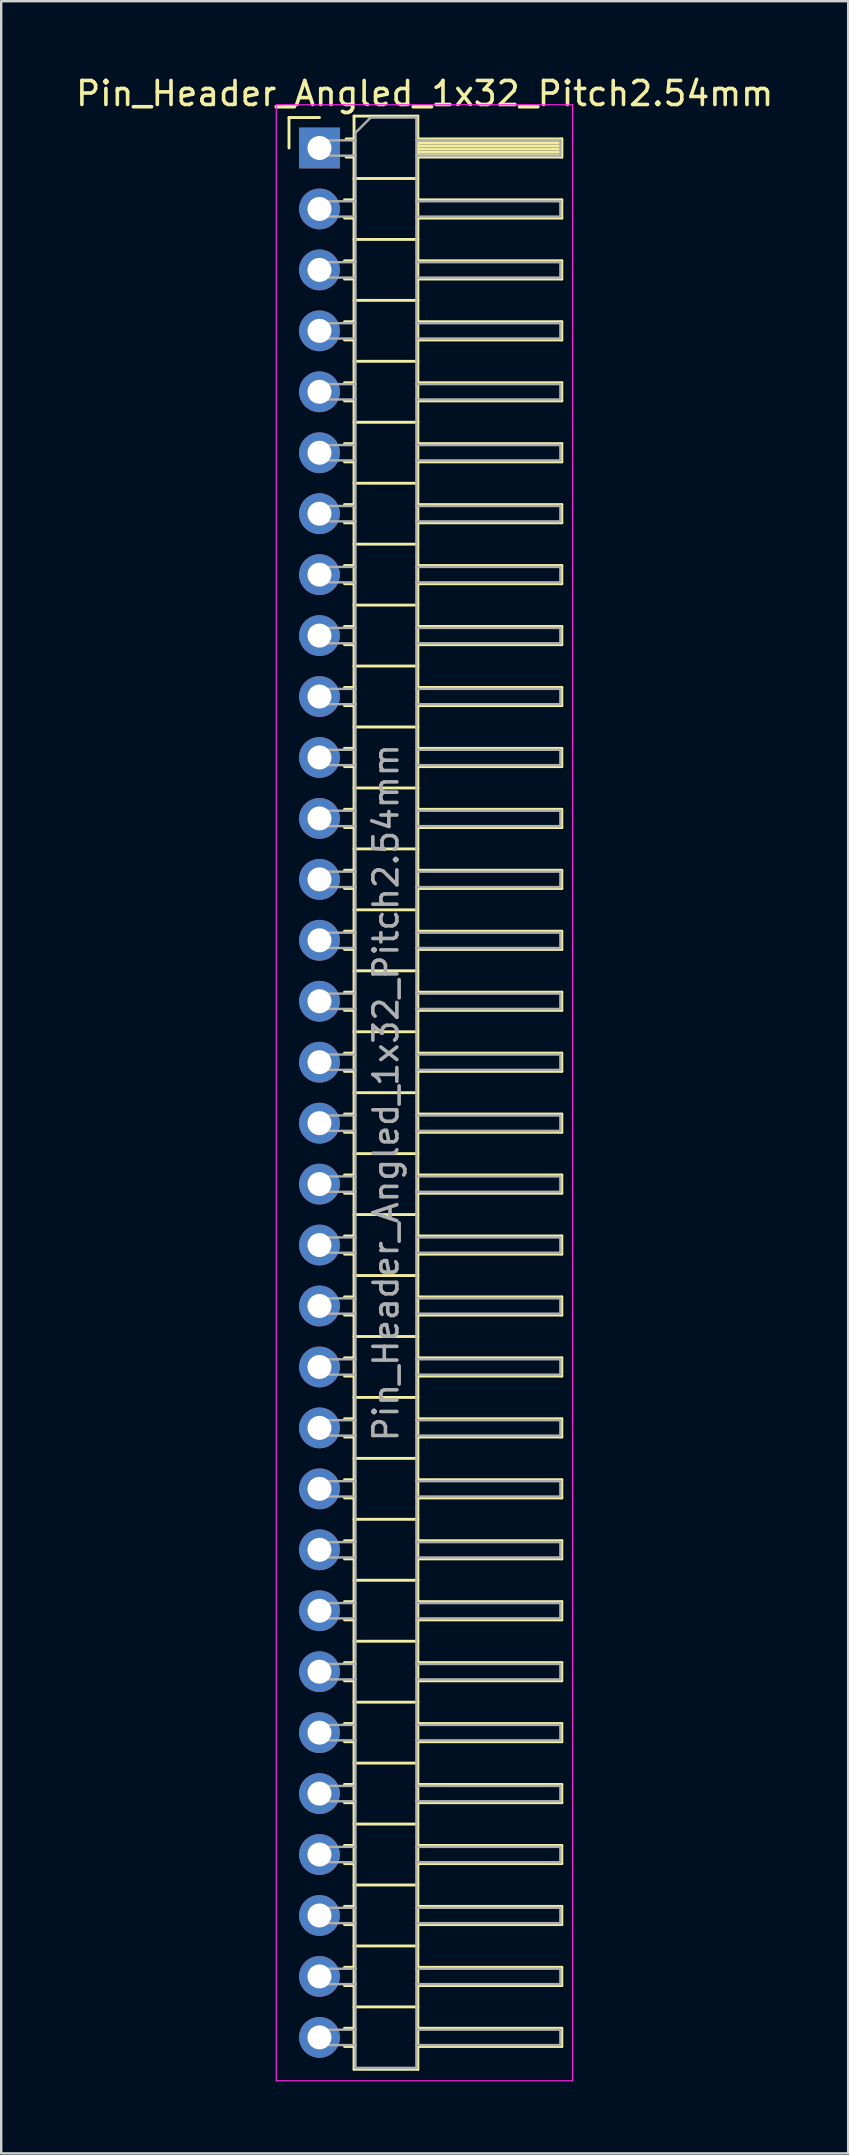
<source format=kicad_pcb>
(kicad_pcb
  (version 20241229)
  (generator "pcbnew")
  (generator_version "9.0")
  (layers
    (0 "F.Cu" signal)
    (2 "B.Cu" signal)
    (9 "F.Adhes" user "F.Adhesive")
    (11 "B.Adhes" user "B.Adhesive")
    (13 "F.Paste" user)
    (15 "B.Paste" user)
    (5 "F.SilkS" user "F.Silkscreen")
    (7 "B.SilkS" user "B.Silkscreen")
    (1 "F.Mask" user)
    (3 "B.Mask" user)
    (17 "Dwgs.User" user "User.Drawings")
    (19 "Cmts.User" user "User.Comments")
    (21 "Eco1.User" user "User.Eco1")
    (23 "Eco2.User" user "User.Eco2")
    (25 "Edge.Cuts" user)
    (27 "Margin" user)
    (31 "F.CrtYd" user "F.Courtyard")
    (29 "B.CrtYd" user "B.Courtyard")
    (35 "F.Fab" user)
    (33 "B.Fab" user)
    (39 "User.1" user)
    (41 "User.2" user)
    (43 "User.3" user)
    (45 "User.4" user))
  (footprint "Pin_Header_Angled_1x32_Pitch2.54mm"
    (layer "F.Cu")
    (at 10.264 3.118)
    (property "Reference" "Pin_Header_Angled_1x32_Pitch2.54mm" (at 4.385 -2.27 0) (layer "F.SilkS") (effects (font (size 1 1) (thickness 0.15))))
    (attr through_hole)
    (fp_line (start -1.27 -1.27) (end 0 -1.27) (stroke (width 0.12) (type solid)) (layer "F.SilkS"))
    (fp_line (start -1.27 0) (end -1.27 -1.27) (stroke (width 0.12) (type solid)) (layer "F.SilkS"))
    (fp_line (start 1.043 2.16) (end 1.44 2.16) (stroke (width 0.12) (type solid)) (layer "F.SilkS"))
    (fp_line (start 1.043 2.92) (end 1.44 2.92) (stroke (width 0.12) (type solid)) (layer "F.SilkS"))
    (fp_line (start 1.043 4.7) (end 1.44 4.7) (stroke (width 0.12) (type solid)) (layer "F.SilkS"))
    (fp_line (start 1.043 5.46) (end 1.44 5.46) (stroke (width 0.12) (type solid)) (layer "F.SilkS"))
    (fp_line (start 1.043 7.24) (end 1.44 7.24) (stroke (width 0.12) (type solid)) (layer "F.SilkS"))
    (fp_line (start 1.043 8) (end 1.44 8) (stroke (width 0.12) (type solid)) (layer "F.SilkS"))
    (fp_line (start 1.043 9.78) (end 1.44 9.78) (stroke (width 0.12) (type solid)) (layer "F.SilkS"))
    (fp_line (start 1.043 10.54) (end 1.44 10.54) (stroke (width 0.12) (type solid)) (layer "F.SilkS"))
    (fp_line (start 1.043 12.32) (end 1.44 12.32) (stroke (width 0.12) (type solid)) (layer "F.SilkS"))
    (fp_line (start 1.043 13.08) (end 1.44 13.08) (stroke (width 0.12) (type solid)) (layer "F.SilkS"))
    (fp_line (start 1.043 14.86) (end 1.44 14.86) (stroke (width 0.12) (type solid)) (layer "F.SilkS"))
    (fp_line (start 1.043 15.62) (end 1.44 15.62) (stroke (width 0.12) (type solid)) (layer "F.SilkS"))
    (fp_line (start 1.043 17.4) (end 1.44 17.4) (stroke (width 0.12) (type solid)) (layer "F.SilkS"))
    (fp_line (start 1.043 18.16) (end 1.44 18.16) (stroke (width 0.12) (type solid)) (layer "F.SilkS"))
    (fp_line (start 1.043 19.94) (end 1.44 19.94) (stroke (width 0.12) (type solid)) (layer "F.SilkS"))
    (fp_line (start 1.043 20.7) (end 1.44 20.7) (stroke (width 0.12) (type solid)) (layer "F.SilkS"))
    (fp_line (start 1.043 22.48) (end 1.44 22.48) (stroke (width 0.12) (type solid)) (layer "F.SilkS"))
    (fp_line (start 1.043 23.24) (end 1.44 23.24) (stroke (width 0.12) (type solid)) (layer "F.SilkS"))
    (fp_line (start 1.043 25.02) (end 1.44 25.02) (stroke (width 0.12) (type solid)) (layer "F.SilkS"))
    (fp_line (start 1.043 25.78) (end 1.44 25.78) (stroke (width 0.12) (type solid)) (layer "F.SilkS"))
    (fp_line (start 1.043 27.56) (end 1.44 27.56) (stroke (width 0.12) (type solid)) (layer "F.SilkS"))
    (fp_line (start 1.043 28.32) (end 1.44 28.32) (stroke (width 0.12) (type solid)) (layer "F.SilkS"))
    (fp_line (start 1.043 30.1) (end 1.44 30.1) (stroke (width 0.12) (type solid)) (layer "F.SilkS"))
    (fp_line (start 1.043 30.86) (end 1.44 30.86) (stroke (width 0.12) (type solid)) (layer "F.SilkS"))
    (fp_line (start 1.043 32.64) (end 1.44 32.64) (stroke (width 0.12) (type solid)) (layer "F.SilkS"))
    (fp_line (start 1.043 33.4) (end 1.44 33.4) (stroke (width 0.12) (type solid)) (layer "F.SilkS"))
    (fp_line (start 1.043 35.18) (end 1.44 35.18) (stroke (width 0.12) (type solid)) (layer "F.SilkS"))
    (fp_line (start 1.043 35.94) (end 1.44 35.94) (stroke (width 0.12) (type solid)) (layer "F.SilkS"))
    (fp_line (start 1.043 37.72) (end 1.44 37.72) (stroke (width 0.12) (type solid)) (layer "F.SilkS"))
    (fp_line (start 1.043 38.48) (end 1.44 38.48) (stroke (width 0.12) (type solid)) (layer "F.SilkS"))
    (fp_line (start 1.043 40.26) (end 1.44 40.26) (stroke (width 0.12) (type solid)) (layer "F.SilkS"))
    (fp_line (start 1.043 41.02) (end 1.44 41.02) (stroke (width 0.12) (type solid)) (layer "F.SilkS"))
    (fp_line (start 1.043 42.8) (end 1.44 42.8) (stroke (width 0.12) (type solid)) (layer "F.SilkS"))
    (fp_line (start 1.043 43.56) (end 1.44 43.56) (stroke (width 0.12) (type solid)) (layer "F.SilkS"))
    (fp_line (start 1.043 45.34) (end 1.44 45.34) (stroke (width 0.12) (type solid)) (layer "F.SilkS"))
    (fp_line (start 1.043 46.1) (end 1.44 46.1) (stroke (width 0.12) (type solid)) (layer "F.SilkS"))
    (fp_line (start 1.043 47.88) (end 1.44 47.88) (stroke (width 0.12) (type solid)) (layer "F.SilkS"))
    (fp_line (start 1.043 48.64) (end 1.44 48.64) (stroke (width 0.12) (type solid)) (layer "F.SilkS"))
    (fp_line (start 1.043 50.42) (end 1.44 50.42) (stroke (width 0.12) (type solid)) (layer "F.SilkS"))
    (fp_line (start 1.043 51.18) (end 1.44 51.18) (stroke (width 0.12) (type solid)) (layer "F.SilkS"))
    (fp_line (start 1.043 52.96) (end 1.44 52.96) (stroke (width 0.12) (type solid)) (layer "F.SilkS"))
    (fp_line (start 1.043 53.72) (end 1.44 53.72) (stroke (width 0.12) (type solid)) (layer "F.SilkS"))
    (fp_line (start 1.043 55.5) (end 1.44 55.5) (stroke (width 0.12) (type solid)) (layer "F.SilkS"))
    (fp_line (start 1.043 56.26) (end 1.44 56.26) (stroke (width 0.12) (type solid)) (layer "F.SilkS"))
    (fp_line (start 1.043 58.04) (end 1.44 58.04) (stroke (width 0.12) (type solid)) (layer "F.SilkS"))
    (fp_line (start 1.043 58.8) (end 1.44 58.8) (stroke (width 0.12) (type solid)) (layer "F.SilkS"))
    (fp_line (start 1.043 60.58) (end 1.44 60.58) (stroke (width 0.12) (type solid)) (layer "F.SilkS"))
    (fp_line (start 1.043 61.34) (end 1.44 61.34) (stroke (width 0.12) (type solid)) (layer "F.SilkS"))
    (fp_line (start 1.043 63.12) (end 1.44 63.12) (stroke (width 0.12) (type solid)) (layer "F.SilkS"))
    (fp_line (start 1.043 63.88) (end 1.44 63.88) (stroke (width 0.12) (type solid)) (layer "F.SilkS"))
    (fp_line (start 1.043 65.66) (end 1.44 65.66) (stroke (width 0.12) (type solid)) (layer "F.SilkS"))
    (fp_line (start 1.043 66.42) (end 1.44 66.42) (stroke (width 0.12) (type solid)) (layer "F.SilkS"))
    (fp_line (start 1.043 68.2) (end 1.44 68.2) (stroke (width 0.12) (type solid)) (layer "F.SilkS"))
    (fp_line (start 1.043 68.96) (end 1.44 68.96) (stroke (width 0.12) (type solid)) (layer "F.SilkS"))
    (fp_line (start 1.043 70.74) (end 1.44 70.74) (stroke (width 0.12) (type solid)) (layer "F.SilkS"))
    (fp_line (start 1.043 71.5) (end 1.44 71.5) (stroke (width 0.12) (type solid)) (layer "F.SilkS"))
    (fp_line (start 1.043 73.28) (end 1.44 73.28) (stroke (width 0.12) (type solid)) (layer "F.SilkS"))
    (fp_line (start 1.043 74.04) (end 1.44 74.04) (stroke (width 0.12) (type solid)) (layer "F.SilkS"))
    (fp_line (start 1.043 75.82) (end 1.44 75.82) (stroke (width 0.12) (type solid)) (layer "F.SilkS"))
    (fp_line (start 1.043 76.58) (end 1.44 76.58) (stroke (width 0.12) (type solid)) (layer "F.SilkS"))
    (fp_line (start 1.043 78.36) (end 1.44 78.36) (stroke (width 0.12) (type solid)) (layer "F.SilkS"))
    (fp_line (start 1.043 79.12) (end 1.44 79.12) (stroke (width 0.12) (type solid)) (layer "F.SilkS"))
    (fp_line (start 1.11 -0.38) (end 1.44 -0.38) (stroke (width 0.12) (type solid)) (layer "F.SilkS"))
    (fp_line (start 1.11 0.38) (end 1.44 0.38) (stroke (width 0.12) (type solid)) (layer "F.SilkS"))
    (fp_line (start 1.44 -1.33) (end 1.44 80.07) (stroke (width 0.12) (type solid)) (layer "F.SilkS"))
    (fp_line (start 1.44 1.27) (end 4.1 1.27) (stroke (width 0.12) (type solid)) (layer "F.SilkS"))
    (fp_line (start 1.44 3.81) (end 4.1 3.81) (stroke (width 0.12) (type solid)) (layer "F.SilkS"))
    (fp_line (start 1.44 6.35) (end 4.1 6.35) (stroke (width 0.12) (type solid)) (layer "F.SilkS"))
    (fp_line (start 1.44 8.89) (end 4.1 8.89) (stroke (width 0.12) (type solid)) (layer "F.SilkS"))
    (fp_line (start 1.44 11.43) (end 4.1 11.43) (stroke (width 0.12) (type solid)) (layer "F.SilkS"))
    (fp_line (start 1.44 13.97) (end 4.1 13.97) (stroke (width 0.12) (type solid)) (layer "F.SilkS"))
    (fp_line (start 1.44 16.51) (end 4.1 16.51) (stroke (width 0.12) (type solid)) (layer "F.SilkS"))
    (fp_line (start 1.44 19.05) (end 4.1 19.05) (stroke (width 0.12) (type solid)) (layer "F.SilkS"))
    (fp_line (start 1.44 21.59) (end 4.1 21.59) (stroke (width 0.12) (type solid)) (layer "F.SilkS"))
    (fp_line (start 1.44 24.13) (end 4.1 24.13) (stroke (width 0.12) (type solid)) (layer "F.SilkS"))
    (fp_line (start 1.44 26.67) (end 4.1 26.67) (stroke (width 0.12) (type solid)) (layer "F.SilkS"))
    (fp_line (start 1.44 29.21) (end 4.1 29.21) (stroke (width 0.12) (type solid)) (layer "F.SilkS"))
    (fp_line (start 1.44 31.75) (end 4.1 31.75) (stroke (width 0.12) (type solid)) (layer "F.SilkS"))
    (fp_line (start 1.44 34.29) (end 4.1 34.29) (stroke (width 0.12) (type solid)) (layer "F.SilkS"))
    (fp_line (start 1.44 36.83) (end 4.1 36.83) (stroke (width 0.12) (type solid)) (layer "F.SilkS"))
    (fp_line (start 1.44 39.37) (end 4.1 39.37) (stroke (width 0.12) (type solid)) (layer "F.SilkS"))
    (fp_line (start 1.44 41.91) (end 4.1 41.91) (stroke (width 0.12) (type solid)) (layer "F.SilkS"))
    (fp_line (start 1.44 44.45) (end 4.1 44.45) (stroke (width 0.12) (type solid)) (layer "F.SilkS"))
    (fp_line (start 1.44 46.99) (end 4.1 46.99) (stroke (width 0.12) (type solid)) (layer "F.SilkS"))
    (fp_line (start 1.44 49.53) (end 4.1 49.53) (stroke (width 0.12) (type solid)) (layer "F.SilkS"))
    (fp_line (start 1.44 52.07) (end 4.1 52.07) (stroke (width 0.12) (type solid)) (layer "F.SilkS"))
    (fp_line (start 1.44 54.61) (end 4.1 54.61) (stroke (width 0.12) (type solid)) (layer "F.SilkS"))
    (fp_line (start 1.44 57.15) (end 4.1 57.15) (stroke (width 0.12) (type solid)) (layer "F.SilkS"))
    (fp_line (start 1.44 59.69) (end 4.1 59.69) (stroke (width 0.12) (type solid)) (layer "F.SilkS"))
    (fp_line (start 1.44 62.23) (end 4.1 62.23) (stroke (width 0.12) (type solid)) (layer "F.SilkS"))
    (fp_line (start 1.44 64.77) (end 4.1 64.77) (stroke (width 0.12) (type solid)) (layer "F.SilkS"))
    (fp_line (start 1.44 67.31) (end 4.1 67.31) (stroke (width 0.12) (type solid)) (layer "F.SilkS"))
    (fp_line (start 1.44 69.85) (end 4.1 69.85) (stroke (width 0.12) (type solid)) (layer "F.SilkS"))
    (fp_line (start 1.44 72.39) (end 4.1 72.39) (stroke (width 0.12) (type solid)) (layer "F.SilkS"))
    (fp_line (start 1.44 74.93) (end 4.1 74.93) (stroke (width 0.12) (type solid)) (layer "F.SilkS"))
    (fp_line (start 1.44 77.47) (end 4.1 77.47) (stroke (width 0.12) (type solid)) (layer "F.SilkS"))
    (fp_line (start 1.44 80.07) (end 4.1 80.07) (stroke (width 0.12) (type solid)) (layer "F.SilkS"))
    (fp_line (start 4.1 -1.33) (end 1.44 -1.33) (stroke (width 0.12) (type solid)) (layer "F.SilkS"))
    (fp_line (start 4.1 -0.38) (end 10.1 -0.38) (stroke (width 0.12) (type solid)) (layer "F.SilkS"))
    (fp_line (start 4.1 -0.32) (end 10.1 -0.32) (stroke (width 0.12) (type solid)) (layer "F.SilkS"))
    (fp_line (start 4.1 -0.2) (end 10.1 -0.2) (stroke (width 0.12) (type solid)) (layer "F.SilkS"))
    (fp_line (start 4.1 -0.08) (end 10.1 -0.08) (stroke (width 0.12) (type solid)) (layer "F.SilkS"))
    (fp_line (start 4.1 0.04) (end 10.1 0.04) (stroke (width 0.12) (type solid)) (layer "F.SilkS"))
    (fp_line (start 4.1 0.16) (end 10.1 0.16) (stroke (width 0.12) (type solid)) (layer "F.SilkS"))
    (fp_line (start 4.1 0.28) (end 10.1 0.28) (stroke (width 0.12) (type solid)) (layer "F.SilkS"))
    (fp_line (start 4.1 2.16) (end 10.1 2.16) (stroke (width 0.12) (type solid)) (layer "F.SilkS"))
    (fp_line (start 4.1 4.7) (end 10.1 4.7) (stroke (width 0.12) (type solid)) (layer "F.SilkS"))
    (fp_line (start 4.1 7.24) (end 10.1 7.24) (stroke (width 0.12) (type solid)) (layer "F.SilkS"))
    (fp_line (start 4.1 9.78) (end 10.1 9.78) (stroke (width 0.12) (type solid)) (layer "F.SilkS"))
    (fp_line (start 4.1 12.32) (end 10.1 12.32) (stroke (width 0.12) (type solid)) (layer "F.SilkS"))
    (fp_line (start 4.1 14.86) (end 10.1 14.86) (stroke (width 0.12) (type solid)) (layer "F.SilkS"))
    (fp_line (start 4.1 17.4) (end 10.1 17.4) (stroke (width 0.12) (type solid)) (layer "F.SilkS"))
    (fp_line (start 4.1 19.94) (end 10.1 19.94) (stroke (width 0.12) (type solid)) (layer "F.SilkS"))
    (fp_line (start 4.1 22.48) (end 10.1 22.48) (stroke (width 0.12) (type solid)) (layer "F.SilkS"))
    (fp_line (start 4.1 25.02) (end 10.1 25.02) (stroke (width 0.12) (type solid)) (layer "F.SilkS"))
    (fp_line (start 4.1 27.56) (end 10.1 27.56) (stroke (width 0.12) (type solid)) (layer "F.SilkS"))
    (fp_line (start 4.1 30.1) (end 10.1 30.1) (stroke (width 0.12) (type solid)) (layer "F.SilkS"))
    (fp_line (start 4.1 32.64) (end 10.1 32.64) (stroke (width 0.12) (type solid)) (layer "F.SilkS"))
    (fp_line (start 4.1 35.18) (end 10.1 35.18) (stroke (width 0.12) (type solid)) (layer "F.SilkS"))
    (fp_line (start 4.1 37.72) (end 10.1 37.72) (stroke (width 0.12) (type solid)) (layer "F.SilkS"))
    (fp_line (start 4.1 40.26) (end 10.1 40.26) (stroke (width 0.12) (type solid)) (layer "F.SilkS"))
    (fp_line (start 4.1 42.8) (end 10.1 42.8) (stroke (width 0.12) (type solid)) (layer "F.SilkS"))
    (fp_line (start 4.1 45.34) (end 10.1 45.34) (stroke (width 0.12) (type solid)) (layer "F.SilkS"))
    (fp_line (start 4.1 47.88) (end 10.1 47.88) (stroke (width 0.12) (type solid)) (layer "F.SilkS"))
    (fp_line (start 4.1 50.42) (end 10.1 50.42) (stroke (width 0.12) (type solid)) (layer "F.SilkS"))
    (fp_line (start 4.1 52.96) (end 10.1 52.96) (stroke (width 0.12) (type solid)) (layer "F.SilkS"))
    (fp_line (start 4.1 55.5) (end 10.1 55.5) (stroke (width 0.12) (type solid)) (layer "F.SilkS"))
    (fp_line (start 4.1 58.04) (end 10.1 58.04) (stroke (width 0.12) (type solid)) (layer "F.SilkS"))
    (fp_line (start 4.1 60.58) (end 10.1 60.58) (stroke (width 0.12) (type solid)) (layer "F.SilkS"))
    (fp_line (start 4.1 63.12) (end 10.1 63.12) (stroke (width 0.12) (type solid)) (layer "F.SilkS"))
    (fp_line (start 4.1 65.66) (end 10.1 65.66) (stroke (width 0.12) (type solid)) (layer "F.SilkS"))
    (fp_line (start 4.1 68.2) (end 10.1 68.2) (stroke (width 0.12) (type solid)) (layer "F.SilkS"))
    (fp_line (start 4.1 70.74) (end 10.1 70.74) (stroke (width 0.12) (type solid)) (layer "F.SilkS"))
    (fp_line (start 4.1 73.28) (end 10.1 73.28) (stroke (width 0.12) (type solid)) (layer "F.SilkS"))
    (fp_line (start 4.1 75.82) (end 10.1 75.82) (stroke (width 0.12) (type solid)) (layer "F.SilkS"))
    (fp_line (start 4.1 78.36) (end 10.1 78.36) (stroke (width 0.12) (type solid)) (layer "F.SilkS"))
    (fp_line (start 4.1 80.07) (end 4.1 -1.33) (stroke (width 0.12) (type solid)) (layer "F.SilkS"))
    (fp_line (start 10.1 -0.38) (end 10.1 0.38) (stroke (width 0.12) (type solid)) (layer "F.SilkS"))
    (fp_line (start 10.1 0.38) (end 4.1 0.38) (stroke (width 0.12) (type solid)) (layer "F.SilkS"))
    (fp_line (start 10.1 2.16) (end 10.1 2.92) (stroke (width 0.12) (type solid)) (layer "F.SilkS"))
    (fp_line (start 10.1 2.92) (end 4.1 2.92) (stroke (width 0.12) (type solid)) (layer "F.SilkS"))
    (fp_line (start 10.1 4.7) (end 10.1 5.46) (stroke (width 0.12) (type solid)) (layer "F.SilkS"))
    (fp_line (start 10.1 5.46) (end 4.1 5.46) (stroke (width 0.12) (type solid)) (layer "F.SilkS"))
    (fp_line (start 10.1 7.24) (end 10.1 8) (stroke (width 0.12) (type solid)) (layer "F.SilkS"))
    (fp_line (start 10.1 8) (end 4.1 8) (stroke (width 0.12) (type solid)) (layer "F.SilkS"))
    (fp_line (start 10.1 9.78) (end 10.1 10.54) (stroke (width 0.12) (type solid)) (layer "F.SilkS"))
    (fp_line (start 10.1 10.54) (end 4.1 10.54) (stroke (width 0.12) (type solid)) (layer "F.SilkS"))
    (fp_line (start 10.1 12.32) (end 10.1 13.08) (stroke (width 0.12) (type solid)) (layer "F.SilkS"))
    (fp_line (start 10.1 13.08) (end 4.1 13.08) (stroke (width 0.12) (type solid)) (layer "F.SilkS"))
    (fp_line (start 10.1 14.86) (end 10.1 15.62) (stroke (width 0.12) (type solid)) (layer "F.SilkS"))
    (fp_line (start 10.1 15.62) (end 4.1 15.62) (stroke (width 0.12) (type solid)) (layer "F.SilkS"))
    (fp_line (start 10.1 17.4) (end 10.1 18.16) (stroke (width 0.12) (type solid)) (layer "F.SilkS"))
    (fp_line (start 10.1 18.16) (end 4.1 18.16) (stroke (width 0.12) (type solid)) (layer "F.SilkS"))
    (fp_line (start 10.1 19.94) (end 10.1 20.7) (stroke (width 0.12) (type solid)) (layer "F.SilkS"))
    (fp_line (start 10.1 20.7) (end 4.1 20.7) (stroke (width 0.12) (type solid)) (layer "F.SilkS"))
    (fp_line (start 10.1 22.48) (end 10.1 23.24) (stroke (width 0.12) (type solid)) (layer "F.SilkS"))
    (fp_line (start 10.1 23.24) (end 4.1 23.24) (stroke (width 0.12) (type solid)) (layer "F.SilkS"))
    (fp_line (start 10.1 25.02) (end 10.1 25.78) (stroke (width 0.12) (type solid)) (layer "F.SilkS"))
    (fp_line (start 10.1 25.78) (end 4.1 25.78) (stroke (width 0.12) (type solid)) (layer "F.SilkS"))
    (fp_line (start 10.1 27.56) (end 10.1 28.32) (stroke (width 0.12) (type solid)) (layer "F.SilkS"))
    (fp_line (start 10.1 28.32) (end 4.1 28.32) (stroke (width 0.12) (type solid)) (layer "F.SilkS"))
    (fp_line (start 10.1 30.1) (end 10.1 30.86) (stroke (width 0.12) (type solid)) (layer "F.SilkS"))
    (fp_line (start 10.1 30.86) (end 4.1 30.86) (stroke (width 0.12) (type solid)) (layer "F.SilkS"))
    (fp_line (start 10.1 32.64) (end 10.1 33.4) (stroke (width 0.12) (type solid)) (layer "F.SilkS"))
    (fp_line (start 10.1 33.4) (end 4.1 33.4) (stroke (width 0.12) (type solid)) (layer "F.SilkS"))
    (fp_line (start 10.1 35.18) (end 10.1 35.94) (stroke (width 0.12) (type solid)) (layer "F.SilkS"))
    (fp_line (start 10.1 35.94) (end 4.1 35.94) (stroke (width 0.12) (type solid)) (layer "F.SilkS"))
    (fp_line (start 10.1 37.72) (end 10.1 38.48) (stroke (width 0.12) (type solid)) (layer "F.SilkS"))
    (fp_line (start 10.1 38.48) (end 4.1 38.48) (stroke (width 0.12) (type solid)) (layer "F.SilkS"))
    (fp_line (start 10.1 40.26) (end 10.1 41.02) (stroke (width 0.12) (type solid)) (layer "F.SilkS"))
    (fp_line (start 10.1 41.02) (end 4.1 41.02) (stroke (width 0.12) (type solid)) (layer "F.SilkS"))
    (fp_line (start 10.1 42.8) (end 10.1 43.56) (stroke (width 0.12) (type solid)) (layer "F.SilkS"))
    (fp_line (start 10.1 43.56) (end 4.1 43.56) (stroke (width 0.12) (type solid)) (layer "F.SilkS"))
    (fp_line (start 10.1 45.34) (end 10.1 46.1) (stroke (width 0.12) (type solid)) (layer "F.SilkS"))
    (fp_line (start 10.1 46.1) (end 4.1 46.1) (stroke (width 0.12) (type solid)) (layer "F.SilkS"))
    (fp_line (start 10.1 47.88) (end 10.1 48.64) (stroke (width 0.12) (type solid)) (layer "F.SilkS"))
    (fp_line (start 10.1 48.64) (end 4.1 48.64) (stroke (width 0.12) (type solid)) (layer "F.SilkS"))
    (fp_line (start 10.1 50.42) (end 10.1 51.18) (stroke (width 0.12) (type solid)) (layer "F.SilkS"))
    (fp_line (start 10.1 51.18) (end 4.1 51.18) (stroke (width 0.12) (type solid)) (layer "F.SilkS"))
    (fp_line (start 10.1 52.96) (end 10.1 53.72) (stroke (width 0.12) (type solid)) (layer "F.SilkS"))
    (fp_line (start 10.1 53.72) (end 4.1 53.72) (stroke (width 0.12) (type solid)) (layer "F.SilkS"))
    (fp_line (start 10.1 55.5) (end 10.1 56.26) (stroke (width 0.12) (type solid)) (layer "F.SilkS"))
    (fp_line (start 10.1 56.26) (end 4.1 56.26) (stroke (width 0.12) (type solid)) (layer "F.SilkS"))
    (fp_line (start 10.1 58.04) (end 10.1 58.8) (stroke (width 0.12) (type solid)) (layer "F.SilkS"))
    (fp_line (start 10.1 58.8) (end 4.1 58.8) (stroke (width 0.12) (type solid)) (layer "F.SilkS"))
    (fp_line (start 10.1 60.58) (end 10.1 61.34) (stroke (width 0.12) (type solid)) (layer "F.SilkS"))
    (fp_line (start 10.1 61.34) (end 4.1 61.34) (stroke (width 0.12) (type solid)) (layer "F.SilkS"))
    (fp_line (start 10.1 63.12) (end 10.1 63.88) (stroke (width 0.12) (type solid)) (layer "F.SilkS"))
    (fp_line (start 10.1 63.88) (end 4.1 63.88) (stroke (width 0.12) (type solid)) (layer "F.SilkS"))
    (fp_line (start 10.1 65.66) (end 10.1 66.42) (stroke (width 0.12) (type solid)) (layer "F.SilkS"))
    (fp_line (start 10.1 66.42) (end 4.1 66.42) (stroke (width 0.12) (type solid)) (layer "F.SilkS"))
    (fp_line (start 10.1 68.2) (end 10.1 68.96) (stroke (width 0.12) (type solid)) (layer "F.SilkS"))
    (fp_line (start 10.1 68.96) (end 4.1 68.96) (stroke (width 0.12) (type solid)) (layer "F.SilkS"))
    (fp_line (start 10.1 70.74) (end 10.1 71.5) (stroke (width 0.12) (type solid)) (layer "F.SilkS"))
    (fp_line (start 10.1 71.5) (end 4.1 71.5) (stroke (width 0.12) (type solid)) (layer "F.SilkS"))
    (fp_line (start 10.1 73.28) (end 10.1 74.04) (stroke (width 0.12) (type solid)) (layer "F.SilkS"))
    (fp_line (start 10.1 74.04) (end 4.1 74.04) (stroke (width 0.12) (type solid)) (layer "F.SilkS"))
    (fp_line (start 10.1 75.82) (end 10.1 76.58) (stroke (width 0.12) (type solid)) (layer "F.SilkS"))
    (fp_line (start 10.1 76.58) (end 4.1 76.58) (stroke (width 0.12) (type solid)) (layer "F.SilkS"))
    (fp_line (start 10.1 78.36) (end 10.1 79.12) (stroke (width 0.12) (type solid)) (layer "F.SilkS"))
    (fp_line (start 10.1 79.12) (end 4.1 79.12) (stroke (width 0.12) (type solid)) (layer "F.SilkS"))
    (fp_line (start -1.8 -1.8) (end -1.8 80.55) (stroke (width 0.05) (type solid)) (layer "F.CrtYd"))
    (fp_line (start -1.8 80.55) (end 10.55 80.55) (stroke (width 0.05) (type solid)) (layer "F.CrtYd"))
    (fp_line (start 10.55 -1.8) (end -1.8 -1.8) (stroke (width 0.05) (type solid)) (layer "F.CrtYd"))
    (fp_line (start 10.55 80.55) (end 10.55 -1.8) (stroke (width 0.05) (type solid)) (layer "F.CrtYd"))
    (fp_line (start -0.32 -0.32) (end -0.32 0.32) (stroke (width 0.1) (type solid)) (layer "F.Fab"))
    (fp_line (start -0.32 -0.32) (end 1.5 -0.32) (stroke (width 0.1) (type solid)) (layer "F.Fab"))
    (fp_line (start -0.32 0.32) (end 1.5 0.32) (stroke (width 0.1) (type solid)) (layer "F.Fab"))
    (fp_line (start -0.32 2.22) (end -0.32 2.86) (stroke (width 0.1) (type solid)) (layer "F.Fab"))
    (fp_line (start -0.32 2.22) (end 1.5 2.22) (stroke (width 0.1) (type solid)) (layer "F.Fab"))
    (fp_line (start -0.32 2.86) (end 1.5 2.86) (stroke (width 0.1) (type solid)) (layer "F.Fab"))
    (fp_line (start -0.32 4.76) (end -0.32 5.4) (stroke (width 0.1) (type solid)) (layer "F.Fab"))
    (fp_line (start -0.32 4.76) (end 1.5 4.76) (stroke (width 0.1) (type solid)) (layer "F.Fab"))
    (fp_line (start -0.32 5.4) (end 1.5 5.4) (stroke (width 0.1) (type solid)) (layer "F.Fab"))
    (fp_line (start -0.32 7.3) (end -0.32 7.94) (stroke (width 0.1) (type solid)) (layer "F.Fab"))
    (fp_line (start -0.32 7.3) (end 1.5 7.3) (stroke (width 0.1) (type solid)) (layer "F.Fab"))
    (fp_line (start -0.32 7.94) (end 1.5 7.94) (stroke (width 0.1) (type solid)) (layer "F.Fab"))
    (fp_line (start -0.32 9.84) (end -0.32 10.48) (stroke (width 0.1) (type solid)) (layer "F.Fab"))
    (fp_line (start -0.32 9.84) (end 1.5 9.84) (stroke (width 0.1) (type solid)) (layer "F.Fab"))
    (fp_line (start -0.32 10.48) (end 1.5 10.48) (stroke (width 0.1) (type solid)) (layer "F.Fab"))
    (fp_line (start -0.32 12.38) (end -0.32 13.02) (stroke (width 0.1) (type solid)) (layer "F.Fab"))
    (fp_line (start -0.32 12.38) (end 1.5 12.38) (stroke (width 0.1) (type solid)) (layer "F.Fab"))
    (fp_line (start -0.32 13.02) (end 1.5 13.02) (stroke (width 0.1) (type solid)) (layer "F.Fab"))
    (fp_line (start -0.32 14.92) (end -0.32 15.56) (stroke (width 0.1) (type solid)) (layer "F.Fab"))
    (fp_line (start -0.32 14.92) (end 1.5 14.92) (stroke (width 0.1) (type solid)) (layer "F.Fab"))
    (fp_line (start -0.32 15.56) (end 1.5 15.56) (stroke (width 0.1) (type solid)) (layer "F.Fab"))
    (fp_line (start -0.32 17.46) (end -0.32 18.1) (stroke (width 0.1) (type solid)) (layer "F.Fab"))
    (fp_line (start -0.32 17.46) (end 1.5 17.46) (stroke (width 0.1) (type solid)) (layer "F.Fab"))
    (fp_line (start -0.32 18.1) (end 1.5 18.1) (stroke (width 0.1) (type solid)) (layer "F.Fab"))
    (fp_line (start -0.32 20) (end -0.32 20.64) (stroke (width 0.1) (type solid)) (layer "F.Fab"))
    (fp_line (start -0.32 20) (end 1.5 20) (stroke (width 0.1) (type solid)) (layer "F.Fab"))
    (fp_line (start -0.32 20.64) (end 1.5 20.64) (stroke (width 0.1) (type solid)) (layer "F.Fab"))
    (fp_line (start -0.32 22.54) (end -0.32 23.18) (stroke (width 0.1) (type solid)) (layer "F.Fab"))
    (fp_line (start -0.32 22.54) (end 1.5 22.54) (stroke (width 0.1) (type solid)) (layer "F.Fab"))
    (fp_line (start -0.32 23.18) (end 1.5 23.18) (stroke (width 0.1) (type solid)) (layer "F.Fab"))
    (fp_line (start -0.32 25.08) (end -0.32 25.72) (stroke (width 0.1) (type solid)) (layer "F.Fab"))
    (fp_line (start -0.32 25.08) (end 1.5 25.08) (stroke (width 0.1) (type solid)) (layer "F.Fab"))
    (fp_line (start -0.32 25.72) (end 1.5 25.72) (stroke (width 0.1) (type solid)) (layer "F.Fab"))
    (fp_line (start -0.32 27.62) (end -0.32 28.26) (stroke (width 0.1) (type solid)) (layer "F.Fab"))
    (fp_line (start -0.32 27.62) (end 1.5 27.62) (stroke (width 0.1) (type solid)) (layer "F.Fab"))
    (fp_line (start -0.32 28.26) (end 1.5 28.26) (stroke (width 0.1) (type solid)) (layer "F.Fab"))
    (fp_line (start -0.32 30.16) (end -0.32 30.8) (stroke (width 0.1) (type solid)) (layer "F.Fab"))
    (fp_line (start -0.32 30.16) (end 1.5 30.16) (stroke (width 0.1) (type solid)) (layer "F.Fab"))
    (fp_line (start -0.32 30.8) (end 1.5 30.8) (stroke (width 0.1) (type solid)) (layer "F.Fab"))
    (fp_line (start -0.32 32.7) (end -0.32 33.34) (stroke (width 0.1) (type solid)) (layer "F.Fab"))
    (fp_line (start -0.32 32.7) (end 1.5 32.7) (stroke (width 0.1) (type solid)) (layer "F.Fab"))
    (fp_line (start -0.32 33.34) (end 1.5 33.34) (stroke (width 0.1) (type solid)) (layer "F.Fab"))
    (fp_line (start -0.32 35.24) (end -0.32 35.88) (stroke (width 0.1) (type solid)) (layer "F.Fab"))
    (fp_line (start -0.32 35.24) (end 1.5 35.24) (stroke (width 0.1) (type solid)) (layer "F.Fab"))
    (fp_line (start -0.32 35.88) (end 1.5 35.88) (stroke (width 0.1) (type solid)) (layer "F.Fab"))
    (fp_line (start -0.32 37.78) (end -0.32 38.42) (stroke (width 0.1) (type solid)) (layer "F.Fab"))
    (fp_line (start -0.32 37.78) (end 1.5 37.78) (stroke (width 0.1) (type solid)) (layer "F.Fab"))
    (fp_line (start -0.32 38.42) (end 1.5 38.42) (stroke (width 0.1) (type solid)) (layer "F.Fab"))
    (fp_line (start -0.32 40.32) (end -0.32 40.96) (stroke (width 0.1) (type solid)) (layer "F.Fab"))
    (fp_line (start -0.32 40.32) (end 1.5 40.32) (stroke (width 0.1) (type solid)) (layer "F.Fab"))
    (fp_line (start -0.32 40.96) (end 1.5 40.96) (stroke (width 0.1) (type solid)) (layer "F.Fab"))
    (fp_line (start -0.32 42.86) (end -0.32 43.5) (stroke (width 0.1) (type solid)) (layer "F.Fab"))
    (fp_line (start -0.32 42.86) (end 1.5 42.86) (stroke (width 0.1) (type solid)) (layer "F.Fab"))
    (fp_line (start -0.32 43.5) (end 1.5 43.5) (stroke (width 0.1) (type solid)) (layer "F.Fab"))
    (fp_line (start -0.32 45.4) (end -0.32 46.04) (stroke (width 0.1) (type solid)) (layer "F.Fab"))
    (fp_line (start -0.32 45.4) (end 1.5 45.4) (stroke (width 0.1) (type solid)) (layer "F.Fab"))
    (fp_line (start -0.32 46.04) (end 1.5 46.04) (stroke (width 0.1) (type solid)) (layer "F.Fab"))
    (fp_line (start -0.32 47.94) (end -0.32 48.58) (stroke (width 0.1) (type solid)) (layer "F.Fab"))
    (fp_line (start -0.32 47.94) (end 1.5 47.94) (stroke (width 0.1) (type solid)) (layer "F.Fab"))
    (fp_line (start -0.32 48.58) (end 1.5 48.58) (stroke (width 0.1) (type solid)) (layer "F.Fab"))
    (fp_line (start -0.32 50.48) (end -0.32 51.12) (stroke (width 0.1) (type solid)) (layer "F.Fab"))
    (fp_line (start -0.32 50.48) (end 1.5 50.48) (stroke (width 0.1) (type solid)) (layer "F.Fab"))
    (fp_line (start -0.32 51.12) (end 1.5 51.12) (stroke (width 0.1) (type solid)) (layer "F.Fab"))
    (fp_line (start -0.32 53.02) (end -0.32 53.66) (stroke (width 0.1) (type solid)) (layer "F.Fab"))
    (fp_line (start -0.32 53.02) (end 1.5 53.02) (stroke (width 0.1) (type solid)) (layer "F.Fab"))
    (fp_line (start -0.32 53.66) (end 1.5 53.66) (stroke (width 0.1) (type solid)) (layer "F.Fab"))
    (fp_line (start -0.32 55.56) (end -0.32 56.2) (stroke (width 0.1) (type solid)) (layer "F.Fab"))
    (fp_line (start -0.32 55.56) (end 1.5 55.56) (stroke (width 0.1) (type solid)) (layer "F.Fab"))
    (fp_line (start -0.32 56.2) (end 1.5 56.2) (stroke (width 0.1) (type solid)) (layer "F.Fab"))
    (fp_line (start -0.32 58.1) (end -0.32 58.74) (stroke (width 0.1) (type solid)) (layer "F.Fab"))
    (fp_line (start -0.32 58.1) (end 1.5 58.1) (stroke (width 0.1) (type solid)) (layer "F.Fab"))
    (fp_line (start -0.32 58.74) (end 1.5 58.74) (stroke (width 0.1) (type solid)) (layer "F.Fab"))
    (fp_line (start -0.32 60.64) (end -0.32 61.28) (stroke (width 0.1) (type solid)) (layer "F.Fab"))
    (fp_line (start -0.32 60.64) (end 1.5 60.64) (stroke (width 0.1) (type solid)) (layer "F.Fab"))
    (fp_line (start -0.32 61.28) (end 1.5 61.28) (stroke (width 0.1) (type solid)) (layer "F.Fab"))
    (fp_line (start -0.32 63.18) (end -0.32 63.82) (stroke (width 0.1) (type solid)) (layer "F.Fab"))
    (fp_line (start -0.32 63.18) (end 1.5 63.18) (stroke (width 0.1) (type solid)) (layer "F.Fab"))
    (fp_line (start -0.32 63.82) (end 1.5 63.82) (stroke (width 0.1) (type solid)) (layer "F.Fab"))
    (fp_line (start -0.32 65.72) (end -0.32 66.36) (stroke (width 0.1) (type solid)) (layer "F.Fab"))
    (fp_line (start -0.32 65.72) (end 1.5 65.72) (stroke (width 0.1) (type solid)) (layer "F.Fab"))
    (fp_line (start -0.32 66.36) (end 1.5 66.36) (stroke (width 0.1) (type solid)) (layer "F.Fab"))
    (fp_line (start -0.32 68.26) (end -0.32 68.9) (stroke (width 0.1) (type solid)) (layer "F.Fab"))
    (fp_line (start -0.32 68.26) (end 1.5 68.26) (stroke (width 0.1) (type solid)) (layer "F.Fab"))
    (fp_line (start -0.32 68.9) (end 1.5 68.9) (stroke (width 0.1) (type solid)) (layer "F.Fab"))
    (fp_line (start -0.32 70.8) (end -0.32 71.44) (stroke (width 0.1) (type solid)) (layer "F.Fab"))
    (fp_line (start -0.32 70.8) (end 1.5 70.8) (stroke (width 0.1) (type solid)) (layer "F.Fab"))
    (fp_line (start -0.32 71.44) (end 1.5 71.44) (stroke (width 0.1) (type solid)) (layer "F.Fab"))
    (fp_line (start -0.32 73.34) (end -0.32 73.98) (stroke (width 0.1) (type solid)) (layer "F.Fab"))
    (fp_line (start -0.32 73.34) (end 1.5 73.34) (stroke (width 0.1) (type solid)) (layer "F.Fab"))
    (fp_line (start -0.32 73.98) (end 1.5 73.98) (stroke (width 0.1) (type solid)) (layer "F.Fab"))
    (fp_line (start -0.32 75.88) (end -0.32 76.52) (stroke (width 0.1) (type solid)) (layer "F.Fab"))
    (fp_line (start -0.32 75.88) (end 1.5 75.88) (stroke (width 0.1) (type solid)) (layer "F.Fab"))
    (fp_line (start -0.32 76.52) (end 1.5 76.52) (stroke (width 0.1) (type solid)) (layer "F.Fab"))
    (fp_line (start -0.32 78.42) (end -0.32 79.06) (stroke (width 0.1) (type solid)) (layer "F.Fab"))
    (fp_line (start -0.32 78.42) (end 1.5 78.42) (stroke (width 0.1) (type solid)) (layer "F.Fab"))
    (fp_line (start -0.32 79.06) (end 1.5 79.06) (stroke (width 0.1) (type solid)) (layer "F.Fab"))
    (fp_line (start 1.5 -0.635) (end 2.135 -1.27) (stroke (width 0.1) (type solid)) (layer "F.Fab"))
    (fp_line (start 1.5 80.01) (end 1.5 -0.635) (stroke (width 0.1) (type solid)) (layer "F.Fab"))
    (fp_line (start 2.135 -1.27) (end 4.04 -1.27) (stroke (width 0.1) (type solid)) (layer "F.Fab"))
    (fp_line (start 4.04 -1.27) (end 4.04 80.01) (stroke (width 0.1) (type solid)) (layer "F.Fab"))
    (fp_line (start 4.04 -0.32) (end 10.04 -0.32) (stroke (width 0.1) (type solid)) (layer "F.Fab"))
    (fp_line (start 4.04 0.32) (end 10.04 0.32) (stroke (width 0.1) (type solid)) (layer "F.Fab"))
    (fp_line (start 4.04 2.22) (end 10.04 2.22) (stroke (width 0.1) (type solid)) (layer "F.Fab"))
    (fp_line (start 4.04 2.86) (end 10.04 2.86) (stroke (width 0.1) (type solid)) (layer "F.Fab"))
    (fp_line (start 4.04 4.76) (end 10.04 4.76) (stroke (width 0.1) (type solid)) (layer "F.Fab"))
    (fp_line (start 4.04 5.4) (end 10.04 5.4) (stroke (width 0.1) (type solid)) (layer "F.Fab"))
    (fp_line (start 4.04 7.3) (end 10.04 7.3) (stroke (width 0.1) (type solid)) (layer "F.Fab"))
    (fp_line (start 4.04 7.94) (end 10.04 7.94) (stroke (width 0.1) (type solid)) (layer "F.Fab"))
    (fp_line (start 4.04 9.84) (end 10.04 9.84) (stroke (width 0.1) (type solid)) (layer "F.Fab"))
    (fp_line (start 4.04 10.48) (end 10.04 10.48) (stroke (width 0.1) (type solid)) (layer "F.Fab"))
    (fp_line (start 4.04 12.38) (end 10.04 12.38) (stroke (width 0.1) (type solid)) (layer "F.Fab"))
    (fp_line (start 4.04 13.02) (end 10.04 13.02) (stroke (width 0.1) (type solid)) (layer "F.Fab"))
    (fp_line (start 4.04 14.92) (end 10.04 14.92) (stroke (width 0.1) (type solid)) (layer "F.Fab"))
    (fp_line (start 4.04 15.56) (end 10.04 15.56) (stroke (width 0.1) (type solid)) (layer "F.Fab"))
    (fp_line (start 4.04 17.46) (end 10.04 17.46) (stroke (width 0.1) (type solid)) (layer "F.Fab"))
    (fp_line (start 4.04 18.1) (end 10.04 18.1) (stroke (width 0.1) (type solid)) (layer "F.Fab"))
    (fp_line (start 4.04 20) (end 10.04 20) (stroke (width 0.1) (type solid)) (layer "F.Fab"))
    (fp_line (start 4.04 20.64) (end 10.04 20.64) (stroke (width 0.1) (type solid)) (layer "F.Fab"))
    (fp_line (start 4.04 22.54) (end 10.04 22.54) (stroke (width 0.1) (type solid)) (layer "F.Fab"))
    (fp_line (start 4.04 23.18) (end 10.04 23.18) (stroke (width 0.1) (type solid)) (layer "F.Fab"))
    (fp_line (start 4.04 25.08) (end 10.04 25.08) (stroke (width 0.1) (type solid)) (layer "F.Fab"))
    (fp_line (start 4.04 25.72) (end 10.04 25.72) (stroke (width 0.1) (type solid)) (layer "F.Fab"))
    (fp_line (start 4.04 27.62) (end 10.04 27.62) (stroke (width 0.1) (type solid)) (layer "F.Fab"))
    (fp_line (start 4.04 28.26) (end 10.04 28.26) (stroke (width 0.1) (type solid)) (layer "F.Fab"))
    (fp_line (start 4.04 30.16) (end 10.04 30.16) (stroke (width 0.1) (type solid)) (layer "F.Fab"))
    (fp_line (start 4.04 30.8) (end 10.04 30.8) (stroke (width 0.1) (type solid)) (layer "F.Fab"))
    (fp_line (start 4.04 32.7) (end 10.04 32.7) (stroke (width 0.1) (type solid)) (layer "F.Fab"))
    (fp_line (start 4.04 33.34) (end 10.04 33.34) (stroke (width 0.1) (type solid)) (layer "F.Fab"))
    (fp_line (start 4.04 35.24) (end 10.04 35.24) (stroke (width 0.1) (type solid)) (layer "F.Fab"))
    (fp_line (start 4.04 35.88) (end 10.04 35.88) (stroke (width 0.1) (type solid)) (layer "F.Fab"))
    (fp_line (start 4.04 37.78) (end 10.04 37.78) (stroke (width 0.1) (type solid)) (layer "F.Fab"))
    (fp_line (start 4.04 38.42) (end 10.04 38.42) (stroke (width 0.1) (type solid)) (layer "F.Fab"))
    (fp_line (start 4.04 40.32) (end 10.04 40.32) (stroke (width 0.1) (type solid)) (layer "F.Fab"))
    (fp_line (start 4.04 40.96) (end 10.04 40.96) (stroke (width 0.1) (type solid)) (layer "F.Fab"))
    (fp_line (start 4.04 42.86) (end 10.04 42.86) (stroke (width 0.1) (type solid)) (layer "F.Fab"))
    (fp_line (start 4.04 43.5) (end 10.04 43.5) (stroke (width 0.1) (type solid)) (layer "F.Fab"))
    (fp_line (start 4.04 45.4) (end 10.04 45.4) (stroke (width 0.1) (type solid)) (layer "F.Fab"))
    (fp_line (start 4.04 46.04) (end 10.04 46.04) (stroke (width 0.1) (type solid)) (layer "F.Fab"))
    (fp_line (start 4.04 47.94) (end 10.04 47.94) (stroke (width 0.1) (type solid)) (layer "F.Fab"))
    (fp_line (start 4.04 48.58) (end 10.04 48.58) (stroke (width 0.1) (type solid)) (layer "F.Fab"))
    (fp_line (start 4.04 50.48) (end 10.04 50.48) (stroke (width 0.1) (type solid)) (layer "F.Fab"))
    (fp_line (start 4.04 51.12) (end 10.04 51.12) (stroke (width 0.1) (type solid)) (layer "F.Fab"))
    (fp_line (start 4.04 53.02) (end 10.04 53.02) (stroke (width 0.1) (type solid)) (layer "F.Fab"))
    (fp_line (start 4.04 53.66) (end 10.04 53.66) (stroke (width 0.1) (type solid)) (layer "F.Fab"))
    (fp_line (start 4.04 55.56) (end 10.04 55.56) (stroke (width 0.1) (type solid)) (layer "F.Fab"))
    (fp_line (start 4.04 56.2) (end 10.04 56.2) (stroke (width 0.1) (type solid)) (layer "F.Fab"))
    (fp_line (start 4.04 58.1) (end 10.04 58.1) (stroke (width 0.1) (type solid)) (layer "F.Fab"))
    (fp_line (start 4.04 58.74) (end 10.04 58.74) (stroke (width 0.1) (type solid)) (layer "F.Fab"))
    (fp_line (start 4.04 60.64) (end 10.04 60.64) (stroke (width 0.1) (type solid)) (layer "F.Fab"))
    (fp_line (start 4.04 61.28) (end 10.04 61.28) (stroke (width 0.1) (type solid)) (layer "F.Fab"))
    (fp_line (start 4.04 63.18) (end 10.04 63.18) (stroke (width 0.1) (type solid)) (layer "F.Fab"))
    (fp_line (start 4.04 63.82) (end 10.04 63.82) (stroke (width 0.1) (type solid)) (layer "F.Fab"))
    (fp_line (start 4.04 65.72) (end 10.04 65.72) (stroke (width 0.1) (type solid)) (layer "F.Fab"))
    (fp_line (start 4.04 66.36) (end 10.04 66.36) (stroke (width 0.1) (type solid)) (layer "F.Fab"))
    (fp_line (start 4.04 68.26) (end 10.04 68.26) (stroke (width 0.1) (type solid)) (layer "F.Fab"))
    (fp_line (start 4.04 68.9) (end 10.04 68.9) (stroke (width 0.1) (type solid)) (layer "F.Fab"))
    (fp_line (start 4.04 70.8) (end 10.04 70.8) (stroke (width 0.1) (type solid)) (layer "F.Fab"))
    (fp_line (start 4.04 71.44) (end 10.04 71.44) (stroke (width 0.1) (type solid)) (layer "F.Fab"))
    (fp_line (start 4.04 73.34) (end 10.04 73.34) (stroke (width 0.1) (type solid)) (layer "F.Fab"))
    (fp_line (start 4.04 73.98) (end 10.04 73.98) (stroke (width 0.1) (type solid)) (layer "F.Fab"))
    (fp_line (start 4.04 75.88) (end 10.04 75.88) (stroke (width 0.1) (type solid)) (layer "F.Fab"))
    (fp_line (start 4.04 76.52) (end 10.04 76.52) (stroke (width 0.1) (type solid)) (layer "F.Fab"))
    (fp_line (start 4.04 78.42) (end 10.04 78.42) (stroke (width 0.1) (type solid)) (layer "F.Fab"))
    (fp_line (start 4.04 79.06) (end 10.04 79.06) (stroke (width 0.1) (type solid)) (layer "F.Fab"))
    (fp_line (start 4.04 80.01) (end 1.5 80.01) (stroke (width 0.1) (type solid)) (layer "F.Fab"))
    (fp_line (start 10.04 -0.32) (end 10.04 0.32) (stroke (width 0.1) (type solid)) (layer "F.Fab"))
    (fp_line (start 10.04 2.22) (end 10.04 2.86) (stroke (width 0.1) (type solid)) (layer "F.Fab"))
    (fp_line (start 10.04 4.76) (end 10.04 5.4) (stroke (width 0.1) (type solid)) (layer "F.Fab"))
    (fp_line (start 10.04 7.3) (end 10.04 7.94) (stroke (width 0.1) (type solid)) (layer "F.Fab"))
    (fp_line (start 10.04 9.84) (end 10.04 10.48) (stroke (width 0.1) (type solid)) (layer "F.Fab"))
    (fp_line (start 10.04 12.38) (end 10.04 13.02) (stroke (width 0.1) (type solid)) (layer "F.Fab"))
    (fp_line (start 10.04 14.92) (end 10.04 15.56) (stroke (width 0.1) (type solid)) (layer "F.Fab"))
    (fp_line (start 10.04 17.46) (end 10.04 18.1) (stroke (width 0.1) (type solid)) (layer "F.Fab"))
    (fp_line (start 10.04 20) (end 10.04 20.64) (stroke (width 0.1) (type solid)) (layer "F.Fab"))
    (fp_line (start 10.04 22.54) (end 10.04 23.18) (stroke (width 0.1) (type solid)) (layer "F.Fab"))
    (fp_line (start 10.04 25.08) (end 10.04 25.72) (stroke (width 0.1) (type solid)) (layer "F.Fab"))
    (fp_line (start 10.04 27.62) (end 10.04 28.26) (stroke (width 0.1) (type solid)) (layer "F.Fab"))
    (fp_line (start 10.04 30.16) (end 10.04 30.8) (stroke (width 0.1) (type solid)) (layer "F.Fab"))
    (fp_line (start 10.04 32.7) (end 10.04 33.34) (stroke (width 0.1) (type solid)) (layer "F.Fab"))
    (fp_line (start 10.04 35.24) (end 10.04 35.88) (stroke (width 0.1) (type solid)) (layer "F.Fab"))
    (fp_line (start 10.04 37.78) (end 10.04 38.42) (stroke (width 0.1) (type solid)) (layer "F.Fab"))
    (fp_line (start 10.04 40.32) (end 10.04 40.96) (stroke (width 0.1) (type solid)) (layer "F.Fab"))
    (fp_line (start 10.04 42.86) (end 10.04 43.5) (stroke (width 0.1) (type solid)) (layer "F.Fab"))
    (fp_line (start 10.04 45.4) (end 10.04 46.04) (stroke (width 0.1) (type solid)) (layer "F.Fab"))
    (fp_line (start 10.04 47.94) (end 10.04 48.58) (stroke (width 0.1) (type solid)) (layer "F.Fab"))
    (fp_line (start 10.04 50.48) (end 10.04 51.12) (stroke (width 0.1) (type solid)) (layer "F.Fab"))
    (fp_line (start 10.04 53.02) (end 10.04 53.66) (stroke (width 0.1) (type solid)) (layer "F.Fab"))
    (fp_line (start 10.04 55.56) (end 10.04 56.2) (stroke (width 0.1) (type solid)) (layer "F.Fab"))
    (fp_line (start 10.04 58.1) (end 10.04 58.74) (stroke (width 0.1) (type solid)) (layer "F.Fab"))
    (fp_line (start 10.04 60.64) (end 10.04 61.28) (stroke (width 0.1) (type solid)) (layer "F.Fab"))
    (fp_line (start 10.04 63.18) (end 10.04 63.82) (stroke (width 0.1) (type solid)) (layer "F.Fab"))
    (fp_line (start 10.04 65.72) (end 10.04 66.36) (stroke (width 0.1) (type solid)) (layer "F.Fab"))
    (fp_line (start 10.04 68.26) (end 10.04 68.9) (stroke (width 0.1) (type solid)) (layer "F.Fab"))
    (fp_line (start 10.04 70.8) (end 10.04 71.44) (stroke (width 0.1) (type solid)) (layer "F.Fab"))
    (fp_line (start 10.04 73.34) (end 10.04 73.98) (stroke (width 0.1) (type solid)) (layer "F.Fab"))
    (fp_line (start 10.04 75.88) (end 10.04 76.52) (stroke (width 0.1) (type solid)) (layer "F.Fab"))
    (fp_line (start 10.04 78.42) (end 10.04 79.06) (stroke (width 0.1) (type solid)) (layer "F.Fab"))
    (fp_text user "${REFERENCE}" (at 2.77 39.37 90) (layer "F.Fab") (effects (font (size 1 1) (thickness 0.15))))
    (pad "1" thru_hole rect (at 0 0) (size 1.7 1.7) (drill 1) (layers "*.Cu" "*.Mask"))
    (pad "2" thru_hole oval (at 0 2.54) (size 1.7 1.7) (drill 1) (layers "*.Cu" "*.Mask"))
    (pad "3" thru_hole oval (at 0 5.08) (size 1.7 1.7) (drill 1) (layers "*.Cu" "*.Mask"))
    (pad "4" thru_hole oval (at 0 7.62) (size 1.7 1.7) (drill 1) (layers "*.Cu" "*.Mask"))
    (pad "5" thru_hole oval (at 0 10.16) (size 1.7 1.7) (drill 1) (layers "*.Cu" "*.Mask"))
    (pad "6" thru_hole oval (at 0 12.7) (size 1.7 1.7) (drill 1) (layers "*.Cu" "*.Mask"))
    (pad "7" thru_hole oval (at 0 15.24) (size 1.7 1.7) (drill 1) (layers "*.Cu" "*.Mask"))
    (pad "8" thru_hole oval (at 0 17.78) (size 1.7 1.7) (drill 1) (layers "*.Cu" "*.Mask"))
    (pad "9" thru_hole oval (at 0 20.32) (size 1.7 1.7) (drill 1) (layers "*.Cu" "*.Mask"))
    (pad "10" thru_hole oval (at 0 22.86) (size 1.7 1.7) (drill 1) (layers "*.Cu" "*.Mask"))
    (pad "11" thru_hole oval (at 0 25.4) (size 1.7 1.7) (drill 1) (layers "*.Cu" "*.Mask"))
    (pad "12" thru_hole oval (at 0 27.94) (size 1.7 1.7) (drill 1) (layers "*.Cu" "*.Mask"))
    (pad "13" thru_hole oval (at 0 30.48) (size 1.7 1.7) (drill 1) (layers "*.Cu" "*.Mask"))
    (pad "14" thru_hole oval (at 0 33.02) (size 1.7 1.7) (drill 1) (layers "*.Cu" "*.Mask"))
    (pad "15" thru_hole oval (at 0 35.56) (size 1.7 1.7) (drill 1) (layers "*.Cu" "*.Mask"))
    (pad "16" thru_hole oval (at 0 38.1) (size 1.7 1.7) (drill 1) (layers "*.Cu" "*.Mask"))
    (pad "17" thru_hole oval (at 0 40.64) (size 1.7 1.7) (drill 1) (layers "*.Cu" "*.Mask"))
    (pad "18" thru_hole oval (at 0 43.18) (size 1.7 1.7) (drill 1) (layers "*.Cu" "*.Mask"))
    (pad "19" thru_hole oval (at 0 45.72) (size 1.7 1.7) (drill 1) (layers "*.Cu" "*.Mask"))
    (pad "20" thru_hole oval (at 0 48.26) (size 1.7 1.7) (drill 1) (layers "*.Cu" "*.Mask"))
    (pad "21" thru_hole oval (at 0 50.8) (size 1.7 1.7) (drill 1) (layers "*.Cu" "*.Mask"))
    (pad "22" thru_hole oval (at 0 53.34) (size 1.7 1.7) (drill 1) (layers "*.Cu" "*.Mask"))
    (pad "23" thru_hole oval (at 0 55.88) (size 1.7 1.7) (drill 1) (layers "*.Cu" "*.Mask"))
    (pad "24" thru_hole oval (at 0 58.42) (size 1.7 1.7) (drill 1) (layers "*.Cu" "*.Mask"))
    (pad "25" thru_hole oval (at 0 60.96) (size 1.7 1.7) (drill 1) (layers "*.Cu" "*.Mask"))
    (pad "26" thru_hole oval (at 0 63.5) (size 1.7 1.7) (drill 1) (layers "*.Cu" "*.Mask"))
    (pad "27" thru_hole oval (at 0 66.04) (size 1.7 1.7) (drill 1) (layers "*.Cu" "*.Mask"))
    (pad "28" thru_hole oval (at 0 68.58) (size 1.7 1.7) (drill 1) (layers "*.Cu" "*.Mask"))
    (pad "29" thru_hole oval (at 0 71.12) (size 1.7 1.7) (drill 1) (layers "*.Cu" "*.Mask"))
    (pad "30" thru_hole oval (at 0 73.66) (size 1.7 1.7) (drill 1) (layers "*.Cu" "*.Mask"))
    (pad "31" thru_hole oval (at 0 76.2) (size 1.7 1.7) (drill 1) (layers "*.Cu" "*.Mask"))
    (pad "32" thru_hole oval (at 0 78.74) (size 1.7 1.7) (drill 1) (layers "*.Cu" "*.Mask")))
  (gr_rect
    (start -3 -3)
    (end 32.298 86.693)
    (stroke (width 0.1) (type default))
    (fill no)
    (layer "Edge.Cuts")))
</source>
